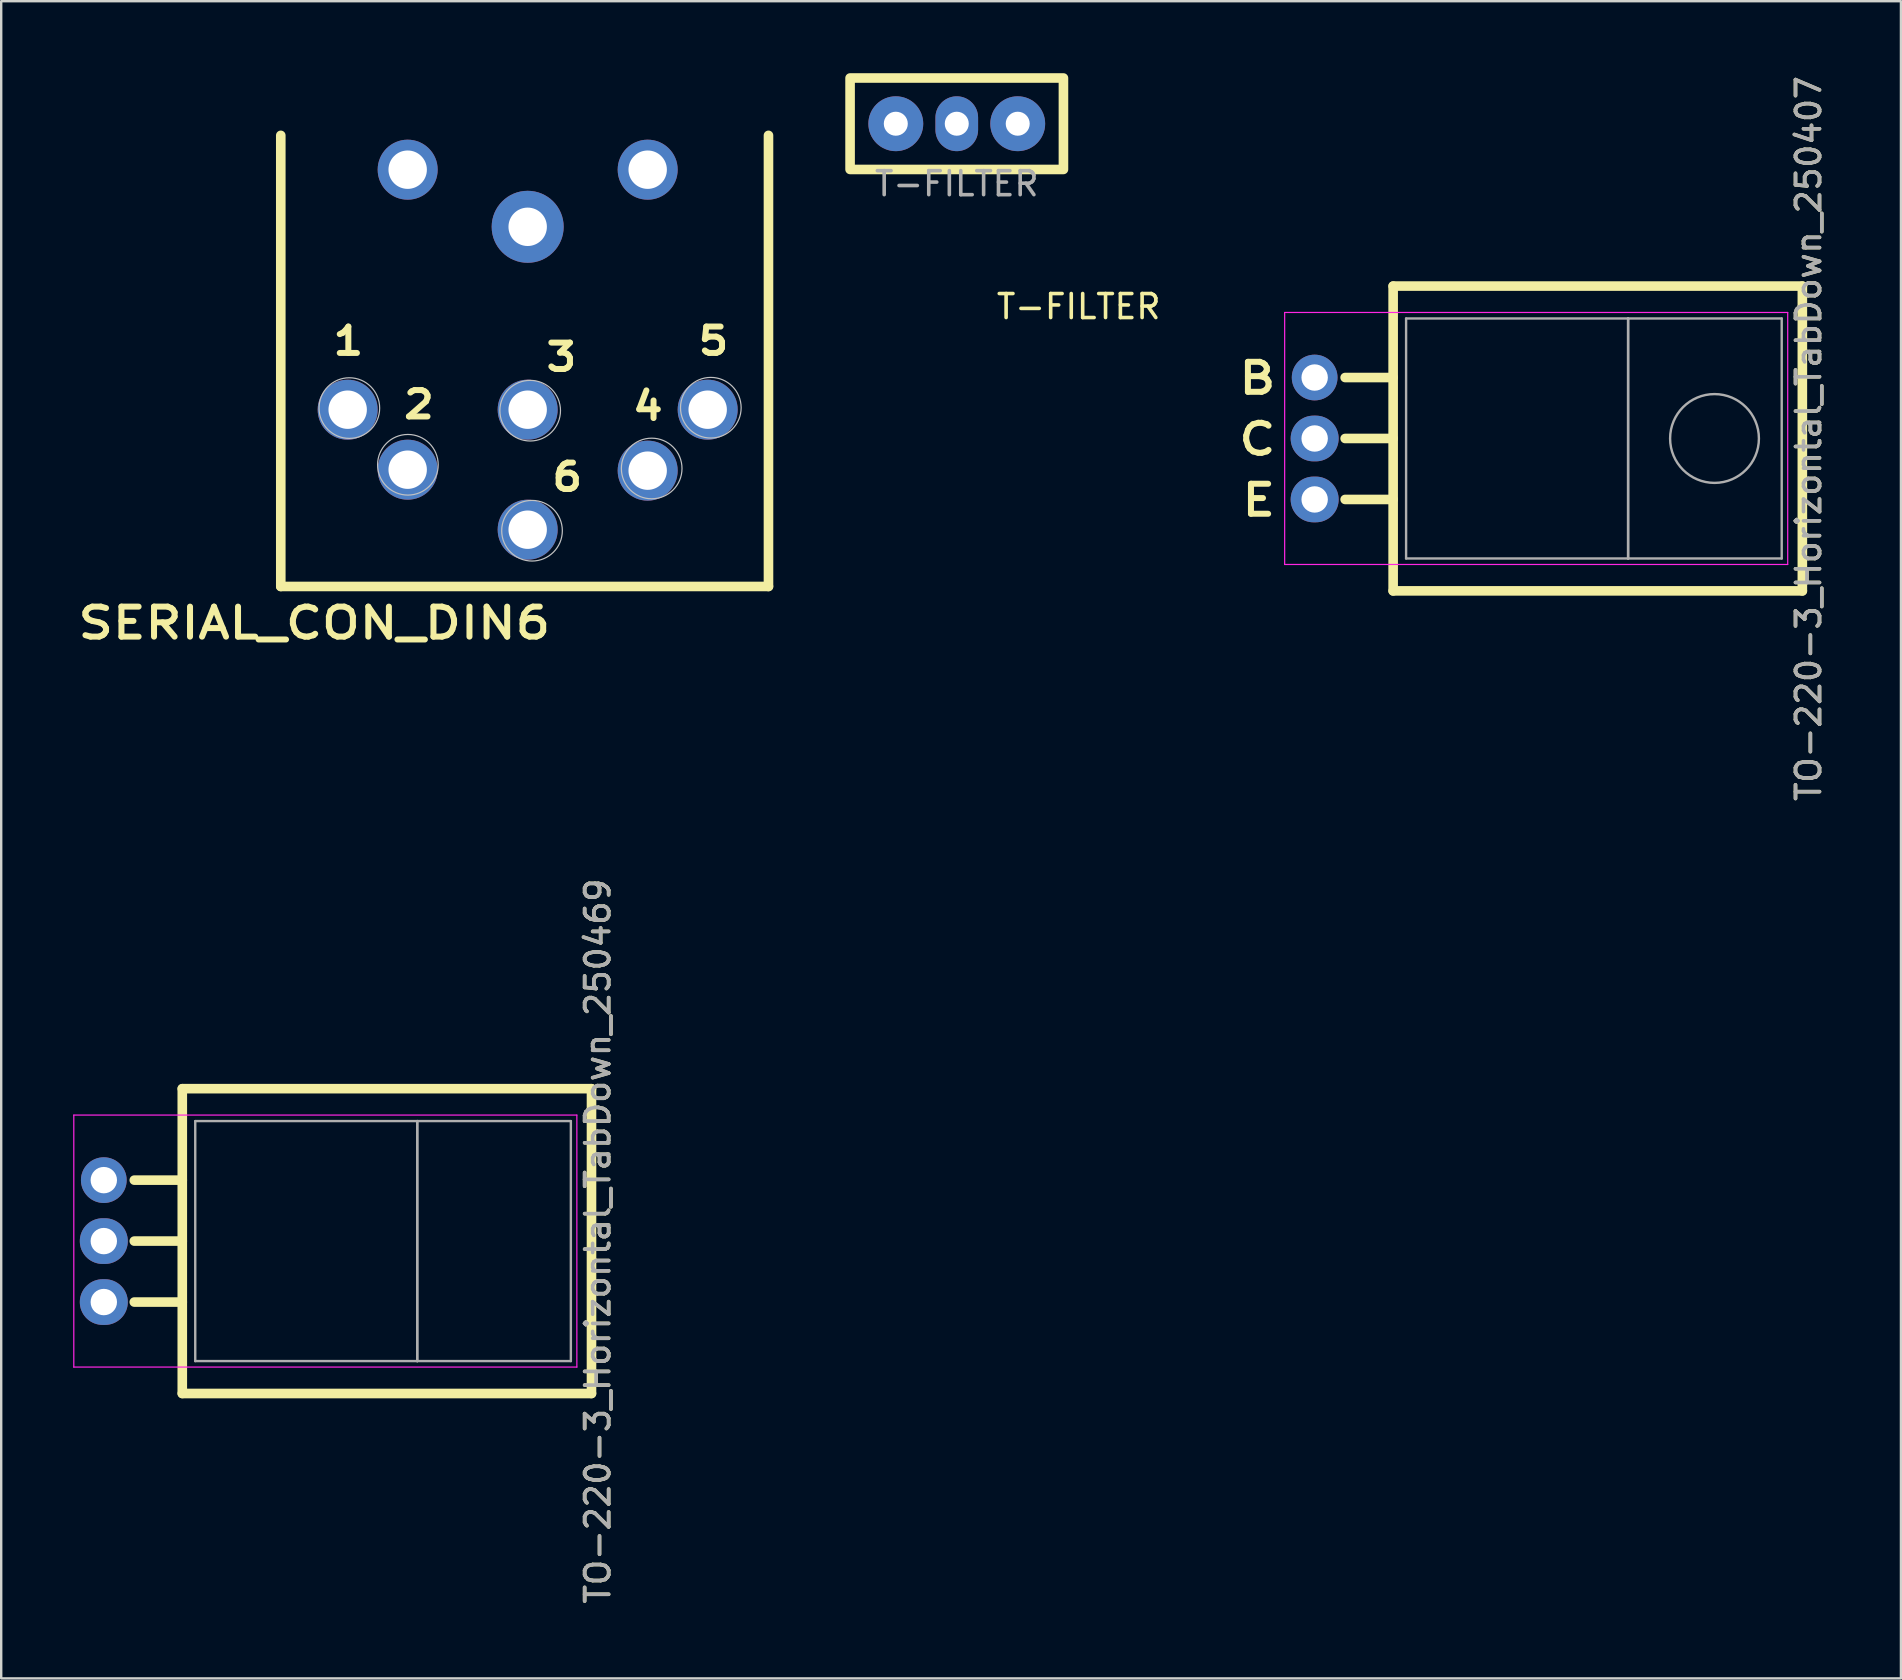
<source format=kicad_pcb>
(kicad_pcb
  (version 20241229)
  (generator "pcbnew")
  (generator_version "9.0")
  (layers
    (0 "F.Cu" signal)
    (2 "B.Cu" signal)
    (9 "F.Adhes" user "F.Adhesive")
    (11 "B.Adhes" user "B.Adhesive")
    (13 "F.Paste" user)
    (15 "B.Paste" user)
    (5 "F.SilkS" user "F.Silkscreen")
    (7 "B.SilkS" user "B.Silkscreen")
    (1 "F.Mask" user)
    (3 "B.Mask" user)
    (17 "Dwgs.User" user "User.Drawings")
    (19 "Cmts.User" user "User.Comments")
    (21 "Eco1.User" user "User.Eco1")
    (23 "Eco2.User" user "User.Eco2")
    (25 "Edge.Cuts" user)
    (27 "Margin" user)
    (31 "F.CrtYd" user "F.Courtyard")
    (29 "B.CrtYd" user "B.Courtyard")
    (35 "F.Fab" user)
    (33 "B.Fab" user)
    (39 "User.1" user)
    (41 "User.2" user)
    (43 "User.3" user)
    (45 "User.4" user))
  (footprint "TO-220-3_Horizontal_TabDown_250407"
    (layer "F.Cu")
    (at 51.726 12.68)
    (property "Reference" "TO-220-3_Horizontal_TabDown_250407" (at 20.58 2.54 270) (layer "F.SilkS") (effects (font (size 1 1) (thickness 0.15))))
    (attr through_hole)
    (fp_line (start 1.27 0) (end 3.27 0) (stroke (width 0.4) (type solid)) (layer "F.SilkS"))
    (fp_line (start 1.27 2.54) (end 3.27 2.54) (stroke (width 0.4) (type solid)) (layer "F.SilkS"))
    (fp_line (start 1.27 5.08) (end 3.27 5.08) (stroke (width 0.4) (type solid)) (layer "F.SilkS"))
    (fp_line (start 3.27 -3.81) (end 3.27 8.89) (stroke (width 0.4) (type solid)) (layer "F.SilkS"))
    (fp_line (start 3.27 -3.81) (end 20.32 -3.81) (stroke (width 0.4) (type solid)) (layer "F.SilkS"))
    (fp_line (start 3.27 8.89) (end 20.32 8.89) (stroke (width 0.4) (type solid)) (layer "F.SilkS"))
    (fp_line (start 20.32 -3.81) (end 20.32 8.89) (stroke (width 0.4) (type solid)) (layer "F.SilkS"))
    (fp_line (start -1.25 -2.71) (end -1.25 7.79) (stroke (width 0.05) (type solid)) (layer "F.CrtYd"))
    (fp_line (start -1.25 7.79) (end 19.71 7.79) (stroke (width 0.05) (type solid)) (layer "F.CrtYd"))
    (fp_line (start 19.71 -2.71) (end -1.25 -2.71) (stroke (width 0.05) (type solid)) (layer "F.CrtYd"))
    (fp_line (start 19.71 7.79) (end 19.71 -2.71) (stroke (width 0.05) (type solid)) (layer "F.CrtYd"))
    (fp_line (start 3.81 -2.46) (end 13.06 -2.46) (stroke (width 0.1) (type solid)) (layer "F.Fab"))
    (fp_line (start 3.81 7.54) (end 3.81 -2.46) (stroke (width 0.1) (type solid)) (layer "F.Fab"))
    (fp_line (start 13.06 -2.46) (end 13.06 7.54) (stroke (width 0.1) (type solid)) (layer "F.Fab"))
    (fp_line (start 13.06 -2.46) (end 19.46 -2.46) (stroke (width 0.1) (type solid)) (layer "F.Fab"))
    (fp_line (start 13.06 7.54) (end 3.81 7.54) (stroke (width 0.1) (type solid)) (layer "F.Fab"))
    (fp_line (start 13.06 7.54) (end 13.06 -2.46) (stroke (width 0.1) (type solid)) (layer "F.Fab"))
    (fp_line (start 19.46 -2.46) (end 19.46 7.54) (stroke (width 0.1) (type solid)) (layer "F.Fab"))
    (fp_line (start 19.46 7.54) (end 13.06 7.54) (stroke (width 0.1) (type solid)) (layer "F.Fab"))
    (fp_circle (center 16.66 2.54) (end 16.66 4.39) (stroke (width 0.1) (type solid)) (fill no) (layer "F.Fab"))
    (fp_text user "E" (at -3.175 5.842 0) (unlocked yes) (layer "F.SilkS") (effects (font (size 1.25 1.5) (thickness 0.25) (bold yes)) (justify left bottom)))
    (fp_text user "B" (at -3.302 0.762 0) (unlocked yes) (layer "F.SilkS") (effects (font (size 1.25 1.5) (thickness 0.25) (bold yes)) (justify left bottom)))
    (fp_text user "C" (at -3.302 3.302 0) (unlocked yes) (layer "F.SilkS") (effects (font (size 1.25 1.5) (thickness 0.25) (bold yes)) (justify left bottom)))
    (fp_text user "${REFERENCE}" (at 20.58 2.54 270) (layer "F.Fab") (effects (font (size 1 1) (thickness 0.15))))
    (pad "B" thru_hole circle (at 0 0 270) (size 1.905 1.905) (drill 1.1) (layers "*.Cu" "*.Mask"))
    (pad "C" thru_hole oval (at 0 2.54 270) (size 1.905 2) (drill 1.1) (layers "*.Cu" "*.Mask"))
    (pad "E" thru_hole oval (at 0 5.08 270) (size 1.905 2) (drill 1.1) (layers "*.Cu" "*.Mask")))
  (footprint "TO-220-3_Horizontal_TabDown_250469"
    (layer "F.Cu")
    (at 1.275 46.121)
    (property "Reference" "TO-220-3_Horizontal_TabDown_250469" (at 20.58 2.54 270) (layer "F.SilkS") (effects (font (size 1 1) (thickness 0.15))))
    (attr through_hole)
    (fp_line (start 1.27 0) (end 3.27 0) (stroke (width 0.4) (type solid)) (layer "F.SilkS"))
    (fp_line (start 1.27 2.54) (end 3.27 2.54) (stroke (width 0.4) (type solid)) (layer "F.SilkS"))
    (fp_line (start 1.27 5.08) (end 3.27 5.08) (stroke (width 0.4) (type solid)) (layer "F.SilkS"))
    (fp_line (start 3.27 -3.81) (end 3.27 8.89) (stroke (width 0.4) (type solid)) (layer "F.SilkS"))
    (fp_line (start 3.27 -3.81) (end 20.32 -3.81) (stroke (width 0.4) (type solid)) (layer "F.SilkS"))
    (fp_line (start 3.27 8.89) (end 20.32 8.89) (stroke (width 0.4) (type solid)) (layer "F.SilkS"))
    (fp_line (start 20.32 -3.81) (end 20.32 8.89) (stroke (width 0.4) (type solid)) (layer "F.SilkS"))
    (fp_line (start -1.25 -2.71) (end -1.25 7.79) (stroke (width 0.05) (type solid)) (layer "F.CrtYd"))
    (fp_line (start -1.25 7.79) (end 19.71 7.79) (stroke (width 0.05) (type solid)) (layer "F.CrtYd"))
    (fp_line (start 19.71 -2.71) (end -1.25 -2.71) (stroke (width 0.05) (type solid)) (layer "F.CrtYd"))
    (fp_line (start 19.71 7.79) (end 19.71 -2.71) (stroke (width 0.05) (type solid)) (layer "F.CrtYd"))
    (fp_line (start 3.81 -2.46) (end 13.06 -2.46) (stroke (width 0.1) (type solid)) (layer "F.Fab"))
    (fp_line (start 3.81 7.54) (end 3.81 -2.46) (stroke (width 0.1) (type solid)) (layer "F.Fab"))
    (fp_line (start 13.06 -2.46) (end 13.06 7.54) (stroke (width 0.1) (type solid)) (layer "F.Fab"))
    (fp_line (start 13.06 -2.46) (end 19.46 -2.46) (stroke (width 0.1) (type solid)) (layer "F.Fab"))
    (fp_line (start 13.06 7.54) (end 3.81 7.54) (stroke (width 0.1) (type solid)) (layer "F.Fab"))
    (fp_line (start 13.06 7.54) (end 13.06 -2.46) (stroke (width 0.1) (type solid)) (layer "F.Fab"))
    (fp_line (start 19.46 -2.46) (end 19.46 7.54) (stroke (width 0.1) (type solid)) (layer "F.Fab"))
    (fp_line (start 19.46 7.54) (end 13.06 7.54) (stroke (width 0.1) (type solid)) (layer "F.Fab"))
    (fp_text user "${REFERENCE}" (at 20.58 2.54 270) (layer "F.Fab") (effects (font (size 1 1) (thickness 0.15))))
    (pad "B" thru_hole circle (at 0 0 270) (size 1.905 1.905) (drill 1.1) (layers "*.Cu" "*.Mask"))
    (pad "C" thru_hole oval (at 0 2.54 270) (size 1.905 2) (drill 1.1) (layers "*.Cu" "*.Mask"))
    (pad "E" thru_hole oval (at 0 5.08 270) (size 1.905 2) (drill 1.1) (layers "*.Cu" "*.Mask")))
  (footprint "T-FILTER"
    (layer "F.Cu")
    (at 36.814 2.105)
    (property "Reference" "T-FILTER" (at 5.08 7.62 0) (unlocked yes) (layer "F.SilkS") (effects (font (size 1 1) (thickness 0.15))))
    (attr through_hole)
    (fp_rect (start -4.445 -1.905) (end 4.445 1.905) (stroke (width 0.4) (type default)) (fill no) (layer "F.SilkS"))
    (fp_text user "${REFERENCE}" (at 0 2.5 0) (unlocked yes) (layer "F.Fab") (effects (font (size 1 1) (thickness 0.15))))
    (pad "1" thru_hole circle (at -2.54 0) (size 2.286 2.286) (drill 1) (layers "*.Cu" "*.Mask"))
    (pad "2" thru_hole oval (at 0 0) (size 1.778 2.286) (drill 1) (layers "*.Cu" "*.Mask"))
    (pad "3" thru_hole circle (at 2.54 0) (size 2.286 2.286) (drill 1) (layers "*.Cu" "*.Mask")))
  (footprint "SERIAL_CON_DIN6"
    (layer "F.Cu")
    (at 18.936 14.02)
    (property "Reference" "SERIAL_CON_DIN6" (at -8.89 8.89 0) (layer "F.SilkS") (effects (font (size 1.25 1.5) (thickness 0.25) (bold yes))))
    (attr through_hole)
    (fp_circle (center 0 -7.62) (end 1.905 -7.62) (stroke (width 0.1) (type solid)) (fill yes) (layer "F.Mask"))
    (fp_poly (pts (xy -6.731 -13.952) (xy -6.731 -7.211) (xy 6.729 -7.208) (xy 6.731 -13.97)) (stroke (width 0.1) (type solid)) (fill yes) (layer "F.Mask"))
    (fp_line (start -10.287 -11.43) (end -10.287 7.366) (stroke (width 0.4) (type default)) (layer "F.SilkS"))
    (fp_line (start -10.287 7.366) (end 10.033 7.366) (stroke (width 0.4) (type default)) (layer "F.SilkS"))
    (fp_line (start 10.033 7.366) (end 10.033 -11.43) (stroke (width 0.4) (type default)) (layer "F.SilkS"))
    (fp_circle (center -7.43 -0.067) (end -6.167 -0.067) (stroke (width 0.05) (type default)) (fill no) (layer "Dwgs.User"))
    (fp_circle (center -4.991 2.295) (end -3.728 2.295) (stroke (width 0.05) (type default)) (fill no) (layer "Dwgs.User"))
    (fp_circle (center 0.104 0.041) (end 1.367 0.041) (stroke (width 0.05) (type default)) (fill no) (layer "Dwgs.User"))
    (fp_circle (center 0.181 5.043) (end 1.444 5.043) (stroke (width 0.05) (type default)) (fill no) (layer "Dwgs.User"))
    (fp_circle (center 5.167 2.45) (end 6.43 2.45) (stroke (width 0.05) (type default)) (fill no) (layer "Dwgs.User"))
    (fp_circle (center 7.631 -0.082) (end 8.894 -0.082) (stroke (width 0.05) (type default)) (fill no) (layer "Dwgs.User"))
    (fp_text user "6" (at 0.889 3.452 0) (unlocked yes) (layer "F.SilkS") (effects (font (size 1.1 1.25) (thickness 0.25) (bold yes)) (justify left bottom)))
    (fp_text user "2" (at -5.291 0.429 0) (unlocked yes) (layer "F.SilkS") (effects (font (size 1.1 1.25) (thickness 0.25) (bold yes)) (justify left bottom)))
    (fp_text user "5" (at 6.98 -2.216 0) (unlocked yes) (layer "F.SilkS") (effects (font (size 1.1 1.25) (thickness 0.25) (bold yes)) (justify left bottom)))
    (fp_text user "3" (at 0.644 -1.549 0) (unlocked yes) (layer "F.SilkS") (effects (font (size 1.1 1.25) (thickness 0.25) (bold yes)) (justify left bottom)))
    (fp_text user "4" (at 4.246 0.496 0) (unlocked yes) (layer "F.SilkS") (effects (font (size 1.1 1.25) (thickness 0.25) (bold yes)) (justify left bottom)))
    (fp_text user "1" (at -8.232 -2.216 0) (unlocked yes) (layer "F.SilkS") (effects (font (size 1.1 1.25) (thickness 0.25) (bold yes)) (justify left bottom)))
    (pad "1" thru_hole circle (at -7.5 0) (size 2.5 2.5) (drill 1.6) (layers "*.Cu" "*.Mask"))
    (pad "2" thru_hole circle (at -5 -10) (size 2.5 2.5) (drill 1.6) (layers "*.Cu" "*.Mask"))
    (pad "2" thru_hole circle (at -5 2.5) (size 2.5 2.5) (drill 1.6) (layers "*.Cu" "*.Mask"))
    (pad "2" thru_hole circle (at 0 -7.62) (size 3 3) (drill 1.6) (layers "*.Cu" "*.Mask"))
    (pad "2" thru_hole circle (at 5 -10) (size 2.5 2.5) (drill 1.6) (layers "*.Cu" "*.Mask"))
    (pad "3" thru_hole circle (at 0 0) (size 2.5 2.5) (drill 1.6) (layers "*.Cu" "*.Mask"))
    (pad "4" thru_hole circle (at 5 2.54) (size 2.5 2.5) (drill 1.6) (layers "*.Cu" "*.Mask"))
    (pad "5" thru_hole circle (at 7.5 0) (size 2.5 2.5) (drill 1.6) (layers "*.Cu" "*.Mask"))
    (pad "6" thru_hole circle (at 0 5) (size 2.5 2.5) (drill 1.6) (layers "*.Cu" "*.Mask")))
  (gr_rect
    (start -3 -3)
    (end 76.154 66.881)
    (stroke (width 0.1) (type default))
    (fill no)
    (layer "Edge.Cuts")))
</source>
